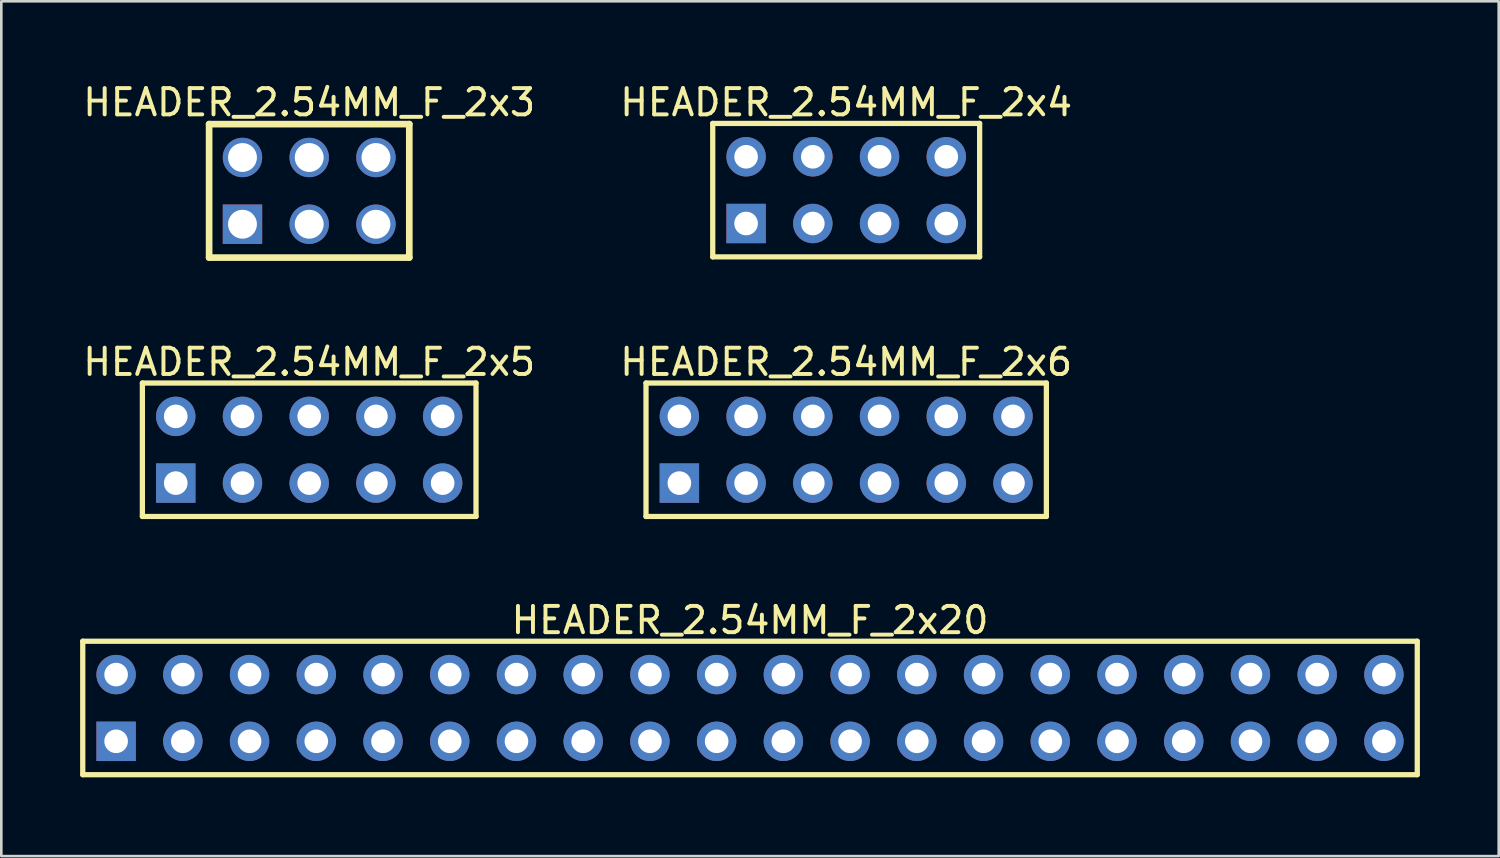
<source format=kicad_pcb>
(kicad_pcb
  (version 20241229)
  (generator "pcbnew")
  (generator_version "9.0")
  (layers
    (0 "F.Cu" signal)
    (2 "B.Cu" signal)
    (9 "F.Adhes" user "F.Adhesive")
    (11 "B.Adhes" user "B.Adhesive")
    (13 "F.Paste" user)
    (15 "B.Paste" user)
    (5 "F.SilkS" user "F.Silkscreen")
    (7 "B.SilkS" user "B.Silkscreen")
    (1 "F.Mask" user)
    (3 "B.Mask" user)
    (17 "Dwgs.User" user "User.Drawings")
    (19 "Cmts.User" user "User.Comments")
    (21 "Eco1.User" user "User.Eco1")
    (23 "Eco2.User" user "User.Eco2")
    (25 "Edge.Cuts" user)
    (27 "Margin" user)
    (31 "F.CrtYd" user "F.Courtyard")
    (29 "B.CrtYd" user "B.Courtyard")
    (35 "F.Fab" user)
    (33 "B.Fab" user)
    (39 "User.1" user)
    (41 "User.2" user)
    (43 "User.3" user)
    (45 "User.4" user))
  (footprint "HEADER_2.54MM_F_2x20"
    (layer "F.Cu")
    (at 25.5 23.899)
    (property "Reference" "HEADER_2.54MM_F_2x20" (at 0 -3.34 0) (layer "F.SilkS") (effects (font (size 1 1) (thickness 0.15))))
    (fp_line (start -25.4 -2.54) (end 25.4 -2.54) (stroke (width 0.2) (type solid)) (layer "F.SilkS"))
    (fp_line (start -25.4 2.54) (end -25.4 -2.54) (stroke (width 0.2) (type solid)) (layer "F.SilkS"))
    (fp_line (start -25.4 2.54) (end 25.4 2.54) (stroke (width 0.2) (type solid)) (layer "F.SilkS"))
    (fp_line (start 25.4 2.54) (end 25.4 -2.54) (stroke (width 0.2) (type solid)) (layer "F.SilkS"))
    (pad "1" thru_hole rect (at -24.13 1.27) (size 1.5 1.5) (drill 0.9) (layers "*.Cu" "*.Mask"))
    (pad "2" thru_hole circle (at -24.13 -1.27) (size 1.5 1.5) (drill 0.9) (layers "*.Cu" "*.Mask"))
    (pad "3" thru_hole circle (at -21.59 1.27) (size 1.5 1.5) (drill 0.9) (layers "*.Cu" "*.Mask"))
    (pad "4" thru_hole circle (at -21.59 -1.27) (size 1.5 1.5) (drill 0.9) (layers "*.Cu" "*.Mask"))
    (pad "5" thru_hole circle (at -19.05 1.27) (size 1.5 1.5) (drill 0.9) (layers "*.Cu" "*.Mask"))
    (pad "6" thru_hole circle (at -19.05 -1.27) (size 1.5 1.5) (drill 0.9) (layers "*.Cu" "*.Mask"))
    (pad "7" thru_hole circle (at -16.51 1.27) (size 1.5 1.5) (drill 0.9) (layers "*.Cu" "*.Mask"))
    (pad "8" thru_hole circle (at -16.51 -1.27) (size 1.5 1.5) (drill 0.9) (layers "*.Cu" "*.Mask"))
    (pad "9" thru_hole circle (at -13.97 1.27) (size 1.5 1.5) (drill 0.9) (layers "*.Cu" "*.Mask"))
    (pad "10" thru_hole circle (at -13.97 -1.27) (size 1.5 1.5) (drill 0.9) (layers "*.Cu" "*.Mask"))
    (pad "11" thru_hole circle (at -11.43 1.27) (size 1.5 1.5) (drill 0.9) (layers "*.Cu" "*.Mask"))
    (pad "12" thru_hole circle (at -11.43 -1.27) (size 1.5 1.5) (drill 0.9) (layers "*.Cu" "*.Mask"))
    (pad "13" thru_hole circle (at -8.89 1.27) (size 1.5 1.5) (drill 0.9) (layers "*.Cu" "*.Mask"))
    (pad "14" thru_hole circle (at -8.89 -1.27) (size 1.5 1.5) (drill 0.9) (layers "*.Cu" "*.Mask"))
    (pad "15" thru_hole circle (at -6.35 1.27) (size 1.5 1.5) (drill 0.9) (layers "*.Cu" "*.Mask"))
    (pad "16" thru_hole circle (at -6.35 -1.27) (size 1.5 1.5) (drill 0.9) (layers "*.Cu" "*.Mask"))
    (pad "17" thru_hole circle (at -3.81 1.27) (size 1.5 1.5) (drill 0.9) (layers "*.Cu" "*.Mask"))
    (pad "18" thru_hole circle (at -3.81 -1.27) (size 1.5 1.5) (drill 0.9) (layers "*.Cu" "*.Mask"))
    (pad "19" thru_hole circle (at -1.27 1.27) (size 1.5 1.5) (drill 0.9) (layers "*.Cu" "*.Mask"))
    (pad "20" thru_hole circle (at -1.27 -1.27) (size 1.5 1.5) (drill 0.9) (layers "*.Cu" "*.Mask"))
    (pad "21" thru_hole circle (at 1.27 1.27) (size 1.5 1.5) (drill 0.9) (layers "*.Cu" "*.Mask"))
    (pad "22" thru_hole circle (at 1.27 -1.27) (size 1.5 1.5) (drill 0.9) (layers "*.Cu" "*.Mask"))
    (pad "23" thru_hole circle (at 3.81 1.27) (size 1.5 1.5) (drill 0.9) (layers "*.Cu" "*.Mask"))
    (pad "24" thru_hole circle (at 3.81 -1.27) (size 1.5 1.5) (drill 0.9) (layers "*.Cu" "*.Mask"))
    (pad "25" thru_hole circle (at 6.35 1.27) (size 1.5 1.5) (drill 0.9) (layers "*.Cu" "*.Mask"))
    (pad "26" thru_hole circle (at 6.35 -1.27) (size 1.5 1.5) (drill 0.9) (layers "*.Cu" "*.Mask"))
    (pad "27" thru_hole circle (at 8.89 1.27) (size 1.5 1.5) (drill 0.9) (layers "*.Cu" "*.Mask"))
    (pad "28" thru_hole circle (at 8.89 -1.27) (size 1.5 1.5) (drill 0.9) (layers "*.Cu" "*.Mask"))
    (pad "29" thru_hole circle (at 11.43 1.27) (size 1.5 1.5) (drill 0.9) (layers "*.Cu" "*.Mask"))
    (pad "30" thru_hole circle (at 11.43 -1.27) (size 1.5 1.5) (drill 0.9) (layers "*.Cu" "*.Mask"))
    (pad "31" thru_hole circle (at 13.97 1.27) (size 1.5 1.5) (drill 0.9) (layers "*.Cu" "*.Mask"))
    (pad "32" thru_hole circle (at 13.97 -1.27) (size 1.5 1.5) (drill 0.9) (layers "*.Cu" "*.Mask"))
    (pad "33" thru_hole circle (at 16.51 1.27) (size 1.5 1.5) (drill 0.9) (layers "*.Cu" "*.Mask"))
    (pad "34" thru_hole circle (at 16.51 -1.27) (size 1.5 1.5) (drill 0.9) (layers "*.Cu" "*.Mask"))
    (pad "35" thru_hole circle (at 19.05 1.27) (size 1.5 1.5) (drill 0.9) (layers "*.Cu" "*.Mask"))
    (pad "36" thru_hole circle (at 19.05 -1.27) (size 1.5 1.5) (drill 0.9) (layers "*.Cu" "*.Mask"))
    (pad "37" thru_hole circle (at 21.59 1.27) (size 1.5 1.5) (drill 0.9) (layers "*.Cu" "*.Mask"))
    (pad "38" thru_hole circle (at 21.59 -1.27) (size 1.5 1.5) (drill 0.9) (layers "*.Cu" "*.Mask"))
    (pad "39" thru_hole circle (at 24.13 1.27) (size 1.5 1.5) (drill 0.9) (layers "*.Cu" "*.Mask"))
    (pad "40" thru_hole circle (at 24.13 -1.27) (size 1.5 1.5) (drill 0.9) (layers "*.Cu" "*.Mask")))
  (footprint "HEADER_2.54MM_F_2x5"
    (layer "F.Cu")
    (at 8.72 14.07)
    (property "Reference" "HEADER_2.54MM_F_2x5" (at 0.00008 -3.34 0) (layer "F.SilkS") (effects (font (size 1 1) (thickness 0.15))))
    (fp_line (start -6.35 -2.54) (end 6.35 -2.54) (stroke (width 0.2) (type solid)) (layer "F.SilkS"))
    (fp_line (start -6.35 2.54) (end -6.35 -2.54) (stroke (width 0.2) (type solid)) (layer "F.SilkS"))
    (fp_line (start -6.35 2.54) (end 6.35 2.54) (stroke (width 0.2) (type solid)) (layer "F.SilkS"))
    (fp_line (start 6.35 2.54) (end 6.35 -2.54) (stroke (width 0.2) (type solid)) (layer "F.SilkS"))
    (pad "1" thru_hole rect (at -5.08 1.27) (size 1.5 1.5) (drill 0.9) (layers "*.Cu" "*.Mask"))
    (pad "2" thru_hole circle (at -5.08 -1.27) (size 1.5 1.5) (drill 0.9) (layers "*.Cu" "*.Mask"))
    (pad "3" thru_hole circle (at -2.54 1.27) (size 1.5 1.5) (drill 0.9) (layers "*.Cu" "*.Mask"))
    (pad "4" thru_hole circle (at -2.54 -1.27) (size 1.5 1.5) (drill 0.9) (layers "*.Cu" "*.Mask"))
    (pad "5" thru_hole circle (at 0 1.27) (size 1.5 1.5) (drill 0.9) (layers "*.Cu" "*.Mask"))
    (pad "6" thru_hole circle (at 0 -1.27) (size 1.5 1.5) (drill 0.9) (layers "*.Cu" "*.Mask"))
    (pad "7" thru_hole circle (at 2.54 1.27) (size 1.5 1.5) (drill 0.9) (layers "*.Cu" "*.Mask"))
    (pad "8" thru_hole circle (at 2.54 -1.27) (size 1.5 1.5) (drill 0.9) (layers "*.Cu" "*.Mask"))
    (pad "9" thru_hole circle (at 5.08 1.27) (size 1.5 1.5) (drill 0.9) (layers "*.Cu" "*.Mask"))
    (pad "10" thru_hole circle (at 5.08 -1.27) (size 1.5 1.5) (drill 0.9) (layers "*.Cu" "*.Mask")))
  (footprint "HEADER_2.54MM_F_2x4"
    (layer "F.Cu")
    (at 29.161 4.188)
    (property "Reference" "HEADER_2.54MM_F_2x4" (at 0 -3.34 0) (layer "F.SilkS") (effects (font (size 1 1) (thickness 0.15))))
    (fp_line (start -5.08 -2.54) (end 5.08 -2.54) (stroke (width 0.2) (type solid)) (layer "F.SilkS"))
    (fp_line (start -5.08 2.54) (end -5.08 -2.54) (stroke (width 0.2) (type solid)) (layer "F.SilkS"))
    (fp_line (start -5.08 2.54) (end 5.08 2.54) (stroke (width 0.2) (type solid)) (layer "F.SilkS"))
    (fp_line (start 5.08 2.54) (end 5.08 -2.54) (stroke (width 0.2) (type solid)) (layer "F.SilkS"))
    (pad "1" thru_hole rect (at -3.81 1.27) (size 1.5 1.5) (drill 0.9) (layers "*.Cu" "*.Mask"))
    (pad "2" thru_hole circle (at -3.81 -1.27) (size 1.5 1.5) (drill 0.9) (layers "*.Cu" "*.Mask"))
    (pad "3" thru_hole circle (at -1.27 1.27) (size 1.5 1.5) (drill 0.9) (layers "*.Cu" "*.Mask"))
    (pad "4" thru_hole circle (at -1.27 -1.27) (size 1.5 1.5) (drill 0.9) (layers "*.Cu" "*.Mask"))
    (pad "5" thru_hole circle (at 1.27 1.27) (size 1.5 1.5) (drill 0.9) (layers "*.Cu" "*.Mask"))
    (pad "6" thru_hole circle (at 1.27 -1.27) (size 1.5 1.5) (drill 0.9) (layers "*.Cu" "*.Mask"))
    (pad "7" thru_hole circle (at 3.81 1.27) (size 1.5 1.5) (drill 0.9) (layers "*.Cu" "*.Mask"))
    (pad "8" thru_hole circle (at 3.81 -1.27) (size 1.5 1.5) (drill 0.9) (layers "*.Cu" "*.Mask")))
  (footprint "HEADER_2.54MM_F_2x3"
    (layer "F.Cu")
    (at 8.72 4.215)
    (property "Reference" "HEADER_2.54MM_F_2x3" (at 0 -3.367 0) (layer "F.SilkS") (effects (font (size 1 1) (thickness 0.15))))
    (fp_line (start -3.81 -2.54) (end 3.81 -2.54) (stroke (width 0.254) (type solid)) (layer "F.SilkS"))
    (fp_line (start -3.81 2.54) (end -3.81 -2.54) (stroke (width 0.254) (type solid)) (layer "F.SilkS"))
    (fp_line (start -3.81 2.54) (end 3.81 2.54) (stroke (width 0.254) (type solid)) (layer "F.SilkS"))
    (fp_line (start 3.81 2.54) (end 3.81 -2.54) (stroke (width 0.254) (type solid)) (layer "F.SilkS"))
    (pad "1" thru_hole rect (at -2.54 1.27) (size 1.5 1.5) (drill 1.1) (layers "*.Cu" "*.Mask"))
    (pad "2" thru_hole circle (at -2.54 -1.27) (size 1.5 1.5) (drill 1.1) (layers "*.Cu" "*.Mask"))
    (pad "3" thru_hole circle (at 0 1.27) (size 1.5 1.5) (drill 1.1) (layers "*.Cu" "*.Mask"))
    (pad "4" thru_hole circle (at 0 -1.27) (size 1.5 1.5) (drill 1.1) (layers "*.Cu" "*.Mask"))
    (pad "5" thru_hole circle (at 2.54 1.27) (size 1.5 1.5) (drill 1.1) (layers "*.Cu" "*.Mask"))
    (pad "6" thru_hole circle (at 2.54 -1.27) (size 1.5 1.5) (drill 1.1) (layers "*.Cu" "*.Mask")))
  (footprint "HEADER_2.54MM_F_2x6"
    (layer "F.Cu")
    (at 29.161 14.07)
    (property "Reference" "HEADER_2.54MM_F_2x6" (at 0.00008 -3.34 0) (layer "F.SilkS") (effects (font (size 1 1) (thickness 0.15))))
    (fp_line (start -7.62 -2.54) (end 7.62 -2.54) (stroke (width 0.2) (type solid)) (layer "F.SilkS"))
    (fp_line (start -7.62 2.54) (end -7.62 -2.54) (stroke (width 0.2) (type solid)) (layer "F.SilkS"))
    (fp_line (start -7.62 2.54) (end 7.62 2.54) (stroke (width 0.2) (type solid)) (layer "F.SilkS"))
    (fp_line (start 7.62 2.54) (end 7.62 -2.54) (stroke (width 0.2) (type solid)) (layer "F.SilkS"))
    (pad "1" thru_hole rect (at -6.35 1.27) (size 1.5 1.5) (drill 0.9) (layers "*.Cu" "*.Mask"))
    (pad "2" thru_hole circle (at -6.35 -1.27) (size 1.5 1.5) (drill 0.9) (layers "*.Cu" "*.Mask"))
    (pad "3" thru_hole circle (at -3.81 1.27) (size 1.5 1.5) (drill 0.9) (layers "*.Cu" "*.Mask"))
    (pad "4" thru_hole circle (at -3.81 -1.27) (size 1.5 1.5) (drill 0.9) (layers "*.Cu" "*.Mask"))
    (pad "5" thru_hole circle (at -1.27 1.27) (size 1.5 1.5) (drill 0.9) (layers "*.Cu" "*.Mask"))
    (pad "6" thru_hole circle (at -1.27 -1.27) (size 1.5 1.5) (drill 0.9) (layers "*.Cu" "*.Mask"))
    (pad "7" thru_hole circle (at 1.27 1.27) (size 1.5 1.5) (drill 0.9) (layers "*.Cu" "*.Mask"))
    (pad "8" thru_hole circle (at 1.27 -1.27) (size 1.5 1.5) (drill 0.9) (layers "*.Cu" "*.Mask"))
    (pad "9" thru_hole circle (at 3.81 1.27) (size 1.5 1.5) (drill 0.9) (layers "*.Cu" "*.Mask"))
    (pad "10" thru_hole circle (at 3.81 -1.27) (size 1.5 1.5) (drill 0.9) (layers "*.Cu" "*.Mask"))
    (pad "11" thru_hole circle (at 6.35 1.27) (size 1.5 1.5) (drill 0.9) (layers "*.Cu" "*.Mask"))
    (pad "12" thru_hole circle (at 6.35 -1.27) (size 1.5 1.5) (drill 0.9) (layers "*.Cu" "*.Mask")))
  (gr_rect
    (start -3 -3)
    (end 54 29.539)
    (stroke (width 0.1) (type default))
    (fill no)
    (layer "Edge.Cuts")))
</source>
